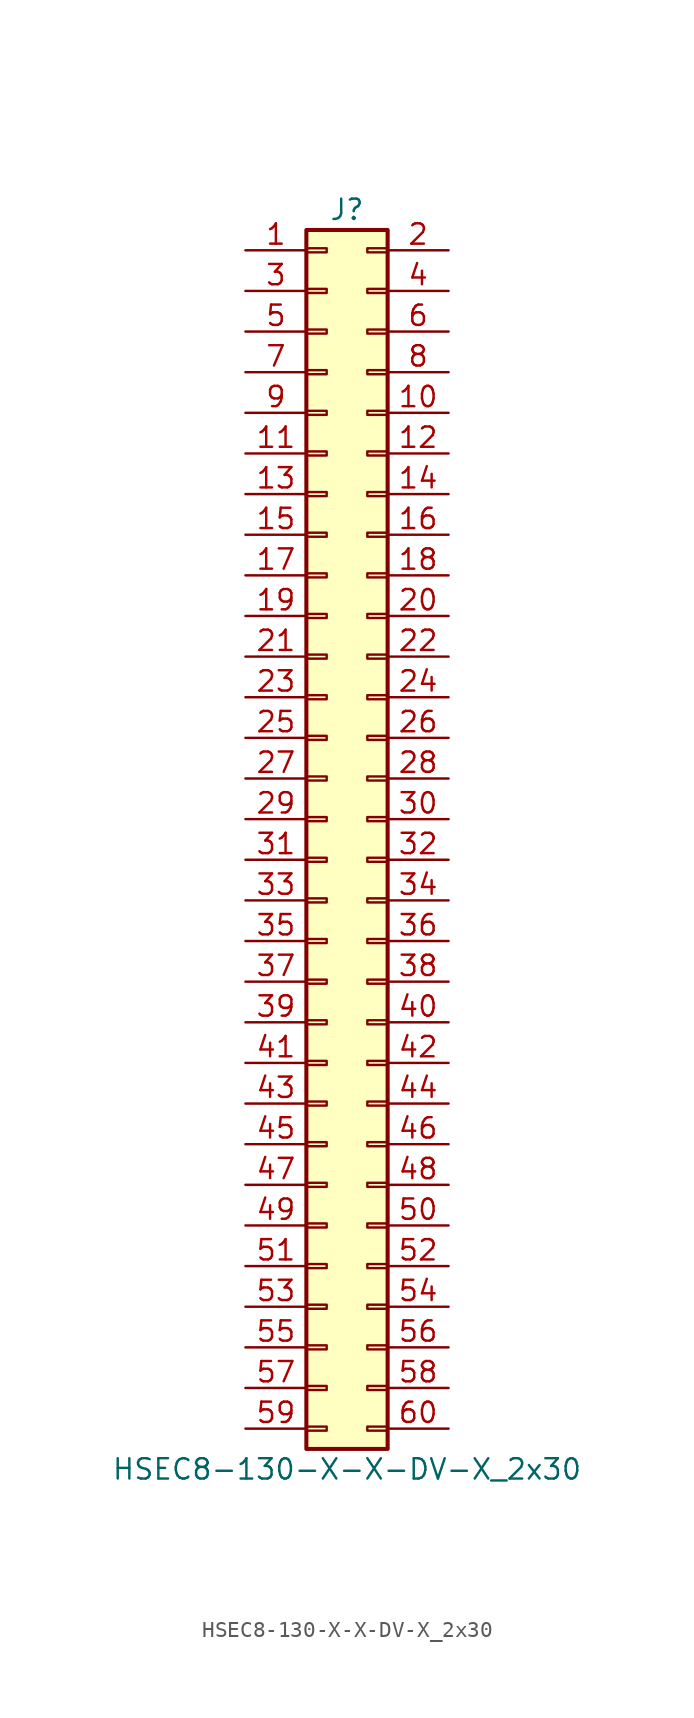
<source format=kicad_sym>
(kicad_symbol_lib
  (version 20231120)
  (generator "kicad_symbol_editor")
  (generator_version "8.0")
  (symbol "HSEC8-130-X-X-DV-X_2x30"
    (pin_names
      (offset 1.016) hide)
    (property "Reference" "J"
      (at 1.27 38.1 0)
      (effects (font (size 1.27 1.27))))
    (property "Value" "HSEC8-130-X-X-DV-X_2x30"
      (at 1.27 -40.64 0)
      (effects (font (size 1.27 1.27))))
    (property "ki_locked" ""
      (at 0 0 0)
      (effects (font (size 1.27 1.27))))
    (symbol "HSEC8-130-X-X-DV-X_2x30_1_1"
      (rectangle (start -1.27 -37.973) (end 0 -38.227) (stroke (width 0.152) (type default)) (fill (type none)))
      (rectangle (start -1.27 -35.433) (end 0 -35.687) (stroke (width 0.152) (type default)) (fill (type none)))
      (rectangle (start -1.27 -32.893) (end 0 -33.147) (stroke (width 0.152) (type default)) (fill (type none)))
      (rectangle (start -1.27 -30.353) (end 0 -30.607) (stroke (width 0.152) (type default)) (fill (type none)))
      (rectangle (start -1.27 -27.813) (end 0 -28.067) (stroke (width 0.152) (type default)) (fill (type none)))
      (rectangle (start -1.27 -25.273) (end 0 -25.527) (stroke (width 0.152) (type default)) (fill (type none)))
      (rectangle (start -1.27 -22.733) (end 0 -22.987) (stroke (width 0.152) (type default)) (fill (type none)))
      (rectangle (start -1.27 -20.193) (end 0 -20.447) (stroke (width 0.152) (type default)) (fill (type none)))
      (rectangle (start -1.27 -17.653) (end 0 -17.907) (stroke (width 0.152) (type default)) (fill (type none)))
      (rectangle (start -1.27 -15.113) (end 0 -15.367) (stroke (width 0.152) (type default)) (fill (type none)))
      (rectangle (start -1.27 -12.573) (end 0 -12.827) (stroke (width 0.152) (type default)) (fill (type none)))
      (rectangle (start -1.27 -10.033) (end 0 -10.287) (stroke (width 0.152) (type default)) (fill (type none)))
      (rectangle (start -1.27 -7.493) (end 0 -7.747) (stroke (width 0.152) (type default)) (fill (type none)))
      (rectangle (start -1.27 -4.953) (end 0 -5.207) (stroke (width 0.152) (type default)) (fill (type none)))
      (rectangle (start -1.27 -2.413) (end 0 -2.667) (stroke (width 0.152) (type default)) (fill (type none)))
      (rectangle (start -1.27 0.127) (end 0 -0.127) (stroke (width 0.152) (type default)) (fill (type none)))
      (rectangle (start -1.27 2.667) (end 0 2.413) (stroke (width 0.152) (type default)) (fill (type none)))
      (rectangle (start -1.27 5.207) (end 0 4.953) (stroke (width 0.152) (type default)) (fill (type none)))
      (rectangle (start -1.27 7.747) (end 0 7.493) (stroke (width 0.152) (type default)) (fill (type none)))
      (rectangle (start -1.27 10.287) (end 0 10.033) (stroke (width 0.152) (type default)) (fill (type none)))
      (rectangle (start -1.27 12.827) (end 0 12.573) (stroke (width 0.152) (type default)) (fill (type none)))
      (rectangle (start -1.27 15.367) (end 0 15.113) (stroke (width 0.152) (type default)) (fill (type none)))
      (rectangle (start -1.27 17.907) (end 0 17.653) (stroke (width 0.152) (type default)) (fill (type none)))
      (rectangle (start -1.27 20.447) (end 0 20.193) (stroke (width 0.152) (type default)) (fill (type none)))
      (rectangle (start -1.27 22.987) (end 0 22.733) (stroke (width 0.152) (type default)) (fill (type none)))
      (rectangle (start -1.27 25.527) (end 0 25.273) (stroke (width 0.152) (type default)) (fill (type none)))
      (rectangle (start -1.27 28.067) (end 0 27.813) (stroke (width 0.152) (type default)) (fill (type none)))
      (rectangle (start -1.27 30.607) (end 0 30.353) (stroke (width 0.152) (type default)) (fill (type none)))
      (rectangle (start -1.27 33.147) (end 0 32.893) (stroke (width 0.152) (type default)) (fill (type none)))
      (rectangle (start -1.27 35.687) (end 0 35.433) (stroke (width 0.152) (type default)) (fill (type none)))
      (rectangle (start -1.27 36.83) (end 3.81 -39.37) (stroke (width 0.254) (type default)) (fill (type background)))
      (rectangle (start 3.81 -37.973) (end 2.54 -38.227) (stroke (width 0.152) (type default)) (fill (type none)))
      (rectangle (start 3.81 -35.433) (end 2.54 -35.687) (stroke (width 0.152) (type default)) (fill (type none)))
      (rectangle (start 3.81 -32.893) (end 2.54 -33.147) (stroke (width 0.152) (type default)) (fill (type none)))
      (rectangle (start 3.81 -30.353) (end 2.54 -30.607) (stroke (width 0.152) (type default)) (fill (type none)))
      (rectangle (start 3.81 -27.813) (end 2.54 -28.067) (stroke (width 0.152) (type default)) (fill (type none)))
      (rectangle (start 3.81 -25.273) (end 2.54 -25.527) (stroke (width 0.152) (type default)) (fill (type none)))
      (rectangle (start 3.81 -22.733) (end 2.54 -22.987) (stroke (width 0.152) (type default)) (fill (type none)))
      (rectangle (start 3.81 -20.193) (end 2.54 -20.447) (stroke (width 0.152) (type default)) (fill (type none)))
      (rectangle (start 3.81 -17.653) (end 2.54 -17.907) (stroke (width 0.152) (type default)) (fill (type none)))
      (rectangle (start 3.81 -15.113) (end 2.54 -15.367) (stroke (width 0.152) (type default)) (fill (type none)))
      (rectangle (start 3.81 -12.573) (end 2.54 -12.827) (stroke (width 0.152) (type default)) (fill (type none)))
      (rectangle (start 3.81 -10.033) (end 2.54 -10.287) (stroke (width 0.152) (type default)) (fill (type none)))
      (rectangle (start 3.81 -7.493) (end 2.54 -7.747) (stroke (width 0.152) (type default)) (fill (type none)))
      (rectangle (start 3.81 -4.953) (end 2.54 -5.207) (stroke (width 0.152) (type default)) (fill (type none)))
      (rectangle (start 3.81 -2.413) (end 2.54 -2.667) (stroke (width 0.152) (type default)) (fill (type none)))
      (rectangle (start 3.81 0.127) (end 2.54 -0.127) (stroke (width 0.152) (type default)) (fill (type none)))
      (rectangle (start 3.81 2.667) (end 2.54 2.413) (stroke (width 0.152) (type default)) (fill (type none)))
      (rectangle (start 3.81 5.207) (end 2.54 4.953) (stroke (width 0.152) (type default)) (fill (type none)))
      (rectangle (start 3.81 7.747) (end 2.54 7.493) (stroke (width 0.152) (type default)) (fill (type none)))
      (rectangle (start 3.81 10.287) (end 2.54 10.033) (stroke (width 0.152) (type default)) (fill (type none)))
      (rectangle (start 3.81 12.827) (end 2.54 12.573) (stroke (width 0.152) (type default)) (fill (type none)))
      (rectangle (start 3.81 15.367) (end 2.54 15.113) (stroke (width 0.152) (type default)) (fill (type none)))
      (rectangle (start 3.81 17.907) (end 2.54 17.653) (stroke (width 0.152) (type default)) (fill (type none)))
      (rectangle (start 3.81 20.447) (end 2.54 20.193) (stroke (width 0.152) (type default)) (fill (type none)))
      (rectangle (start 3.81 22.987) (end 2.54 22.733) (stroke (width 0.152) (type default)) (fill (type none)))
      (rectangle (start 3.81 25.527) (end 2.54 25.273) (stroke (width 0.152) (type default)) (fill (type none)))
      (rectangle (start 3.81 28.067) (end 2.54 27.813) (stroke (width 0.152) (type default)) (fill (type none)))
      (rectangle (start 3.81 30.607) (end 2.54 30.353) (stroke (width 0.152) (type default)) (fill (type none)))
      (rectangle (start 3.81 33.147) (end 2.54 32.893) (stroke (width 0.152) (type default)) (fill (type none)))
      (rectangle (start 3.81 35.687) (end 2.54 35.433) (stroke (width 0.152) (type default)) (fill (type none)))
      (pin passive line (at -5.08 35.56 0) (length 3.81) (name "Pin_1" (effects (font (size 1.27 1.27)))) (number "1" (effects (font (size 1.27 1.27)))))
      (pin passive line (at 7.62 25.4 180) (length 3.81) (name "Pin_10" (effects (font (size 1.27 1.27)))) (number "10" (effects (font (size 1.27 1.27)))))
      (pin passive line (at -5.08 22.86 0) (length 3.81) (name "Pin_11" (effects (font (size 1.27 1.27)))) (number "11" (effects (font (size 1.27 1.27)))))
      (pin passive line (at 7.62 22.86 180) (length 3.81) (name "Pin_12" (effects (font (size 1.27 1.27)))) (number "12" (effects (font (size 1.27 1.27)))))
      (pin passive line (at -5.08 20.32 0) (length 3.81) (name "Pin_13" (effects (font (size 1.27 1.27)))) (number "13" (effects (font (size 1.27 1.27)))))
      (pin passive line (at 7.62 20.32 180) (length 3.81) (name "Pin_14" (effects (font (size 1.27 1.27)))) (number "14" (effects (font (size 1.27 1.27)))))
      (pin passive line (at -5.08 17.78 0) (length 3.81) (name "Pin_15" (effects (font (size 1.27 1.27)))) (number "15" (effects (font (size 1.27 1.27)))))
      (pin passive line (at 7.62 17.78 180) (length 3.81) (name "Pin_16" (effects (font (size 1.27 1.27)))) (number "16" (effects (font (size 1.27 1.27)))))
      (pin passive line (at -5.08 15.24 0) (length 3.81) (name "Pin_17" (effects (font (size 1.27 1.27)))) (number "17" (effects (font (size 1.27 1.27)))))
      (pin passive line (at 7.62 15.24 180) (length 3.81) (name "Pin_18" (effects (font (size 1.27 1.27)))) (number "18" (effects (font (size 1.27 1.27)))))
      (pin passive line (at -5.08 12.7 0) (length 3.81) (name "Pin_19" (effects (font (size 1.27 1.27)))) (number "19" (effects (font (size 1.27 1.27)))))
      (pin passive line (at 7.62 35.56 180) (length 3.81) (name "Pin_2" (effects (font (size 1.27 1.27)))) (number "2" (effects (font (size 1.27 1.27)))))
      (pin passive line (at 7.62 12.7 180) (length 3.81) (name "Pin_20" (effects (font (size 1.27 1.27)))) (number "20" (effects (font (size 1.27 1.27)))))
      (pin passive line (at -5.08 10.16 0) (length 3.81) (name "Pin_21" (effects (font (size 1.27 1.27)))) (number "21" (effects (font (size 1.27 1.27)))))
      (pin passive line (at 7.62 10.16 180) (length 3.81) (name "Pin_22" (effects (font (size 1.27 1.27)))) (number "22" (effects (font (size 1.27 1.27)))))
      (pin passive line (at -5.08 7.62 0) (length 3.81) (name "Pin_23" (effects (font (size 1.27 1.27)))) (number "23" (effects (font (size 1.27 1.27)))))
      (pin passive line (at 7.62 7.62 180) (length 3.81) (name "Pin_24" (effects (font (size 1.27 1.27)))) (number "24" (effects (font (size 1.27 1.27)))))
      (pin passive line (at -5.08 5.08 0) (length 3.81) (name "Pin_25" (effects (font (size 1.27 1.27)))) (number "25" (effects (font (size 1.27 1.27)))))
      (pin passive line (at 7.62 5.08 180) (length 3.81) (name "Pin_26" (effects (font (size 1.27 1.27)))) (number "26" (effects (font (size 1.27 1.27)))))
      (pin passive line (at -5.08 2.54 0) (length 3.81) (name "Pin_27" (effects (font (size 1.27 1.27)))) (number "27" (effects (font (size 1.27 1.27)))))
      (pin passive line (at 7.62 2.54 180) (length 3.81) (name "Pin_28" (effects (font (size 1.27 1.27)))) (number "28" (effects (font (size 1.27 1.27)))))
      (pin passive line (at -5.08 0 0) (length 3.81) (name "Pin_29" (effects (font (size 1.27 1.27)))) (number "29" (effects (font (size 1.27 1.27)))))
      (pin passive line (at -5.08 33.02 0) (length 3.81) (name "Pin_3" (effects (font (size 1.27 1.27)))) (number "3" (effects (font (size 1.27 1.27)))))
      (pin passive line (at 7.62 0 180) (length 3.81) (name "Pin_30" (effects (font (size 1.27 1.27)))) (number "30" (effects (font (size 1.27 1.27)))))
      (pin passive line (at -5.08 -2.54 0) (length 3.81) (name "Pin_31" (effects (font (size 1.27 1.27)))) (number "31" (effects (font (size 1.27 1.27)))))
      (pin passive line (at 7.62 -2.54 180) (length 3.81) (name "Pin_32" (effects (font (size 1.27 1.27)))) (number "32" (effects (font (size 1.27 1.27)))))
      (pin passive line (at -5.08 -5.08 0) (length 3.81) (name "Pin_33" (effects (font (size 1.27 1.27)))) (number "33" (effects (font (size 1.27 1.27)))))
      (pin passive line (at 7.62 -5.08 180) (length 3.81) (name "Pin_34" (effects (font (size 1.27 1.27)))) (number "34" (effects (font (size 1.27 1.27)))))
      (pin passive line (at -5.08 -7.62 0) (length 3.81) (name "Pin_35" (effects (font (size 1.27 1.27)))) (number "35" (effects (font (size 1.27 1.27)))))
      (pin passive line (at 7.62 -7.62 180) (length 3.81) (name "Pin_36" (effects (font (size 1.27 1.27)))) (number "36" (effects (font (size 1.27 1.27)))))
      (pin passive line (at -5.08 -10.16 0) (length 3.81) (name "Pin_37" (effects (font (size 1.27 1.27)))) (number "37" (effects (font (size 1.27 1.27)))))
      (pin passive line (at 7.62 -10.16 180) (length 3.81) (name "Pin_38" (effects (font (size 1.27 1.27)))) (number "38" (effects (font (size 1.27 1.27)))))
      (pin passive line (at -5.08 -12.7 0) (length 3.81) (name "Pin_39" (effects (font (size 1.27 1.27)))) (number "39" (effects (font (size 1.27 1.27)))))
      (pin passive line (at 7.62 33.02 180) (length 3.81) (name "Pin_4" (effects (font (size 1.27 1.27)))) (number "4" (effects (font (size 1.27 1.27)))))
      (pin passive line (at 7.62 -12.7 180) (length 3.81) (name "Pin_40" (effects (font (size 1.27 1.27)))) (number "40" (effects (font (size 1.27 1.27)))))
      (pin passive line (at -5.08 -15.24 0) (length 3.81) (name "Pin_41" (effects (font (size 1.27 1.27)))) (number "41" (effects (font (size 1.27 1.27)))))
      (pin passive line (at 7.62 -15.24 180) (length 3.81) (name "Pin_42" (effects (font (size 1.27 1.27)))) (number "42" (effects (font (size 1.27 1.27)))))
      (pin passive line (at -5.08 -17.78 0) (length 3.81) (name "Pin_43" (effects (font (size 1.27 1.27)))) (number "43" (effects (font (size 1.27 1.27)))))
      (pin passive line (at 7.62 -17.78 180) (length 3.81) (name "Pin_44" (effects (font (size 1.27 1.27)))) (number "44" (effects (font (size 1.27 1.27)))))
      (pin passive line (at -5.08 -20.32 0) (length 3.81) (name "Pin_45" (effects (font (size 1.27 1.27)))) (number "45" (effects (font (size 1.27 1.27)))))
      (pin passive line (at 7.62 -20.32 180) (length 3.81) (name "Pin_46" (effects (font (size 1.27 1.27)))) (number "46" (effects (font (size 1.27 1.27)))))
      (pin passive line (at -5.08 -22.86 0) (length 3.81) (name "Pin_47" (effects (font (size 1.27 1.27)))) (number "47" (effects (font (size 1.27 1.27)))))
      (pin passive line (at 7.62 -22.86 180) (length 3.81) (name "Pin_48" (effects (font (size 1.27 1.27)))) (number "48" (effects (font (size 1.27 1.27)))))
      (pin passive line (at -5.08 -25.4 0) (length 3.81) (name "Pin_49" (effects (font (size 1.27 1.27)))) (number "49" (effects (font (size 1.27 1.27)))))
      (pin passive line (at -5.08 30.48 0) (length 3.81) (name "Pin_5" (effects (font (size 1.27 1.27)))) (number "5" (effects (font (size 1.27 1.27)))))
      (pin passive line (at 7.62 -25.4 180) (length 3.81) (name "Pin_50" (effects (font (size 1.27 1.27)))) (number "50" (effects (font (size 1.27 1.27)))))
      (pin passive line (at -5.08 -27.94 0) (length 3.81) (name "Pin_51" (effects (font (size 1.27 1.27)))) (number "51" (effects (font (size 1.27 1.27)))))
      (pin passive line (at 7.62 -27.94 180) (length 3.81) (name "Pin_52" (effects (font (size 1.27 1.27)))) (number "52" (effects (font (size 1.27 1.27)))))
      (pin passive line (at -5.08 -30.48 0) (length 3.81) (name "Pin_53" (effects (font (size 1.27 1.27)))) (number "53" (effects (font (size 1.27 1.27)))))
      (pin passive line (at 7.62 -30.48 180) (length 3.81) (name "Pin_54" (effects (font (size 1.27 1.27)))) (number "54" (effects (font (size 1.27 1.27)))))
      (pin passive line (at -5.08 -33.02 0) (length 3.81) (name "Pin_55" (effects (font (size 1.27 1.27)))) (number "55" (effects (font (size 1.27 1.27)))))
      (pin passive line (at 7.62 -33.02 180) (length 3.81) (name "Pin_56" (effects (font (size 1.27 1.27)))) (number "56" (effects (font (size 1.27 1.27)))))
      (pin passive line (at -5.08 -35.56 0) (length 3.81) (name "Pin_57" (effects (font (size 1.27 1.27)))) (number "57" (effects (font (size 1.27 1.27)))))
      (pin passive line (at 7.62 -35.56 180) (length 3.81) (name "Pin_58" (effects (font (size 1.27 1.27)))) (number "58" (effects (font (size 1.27 1.27)))))
      (pin passive line (at -5.08 -38.1 0) (length 3.81) (name "Pin_59" (effects (font (size 1.27 1.27)))) (number "59" (effects (font (size 1.27 1.27)))))
      (pin passive line (at 7.62 30.48 180) (length 3.81) (name "Pin_6" (effects (font (size 1.27 1.27)))) (number "6" (effects (font (size 1.27 1.27)))))
      (pin passive line (at 7.62 -38.1 180) (length 3.81) (name "Pin_60" (effects (font (size 1.27 1.27)))) (number "60" (effects (font (size 1.27 1.27)))))
      (pin passive line (at -5.08 27.94 0) (length 3.81) (name "Pin_7" (effects (font (size 1.27 1.27)))) (number "7" (effects (font (size 1.27 1.27)))))
      (pin passive line (at 7.62 27.94 180) (length 3.81) (name "Pin_8" (effects (font (size 1.27 1.27)))) (number "8" (effects (font (size 1.27 1.27)))))
      (pin passive line (at -5.08 25.4 0) (length 3.81) (name "Pin_9" (effects (font (size 1.27 1.27)))) (number "9" (effects (font (size 1.27 1.27))))))))
</source>
